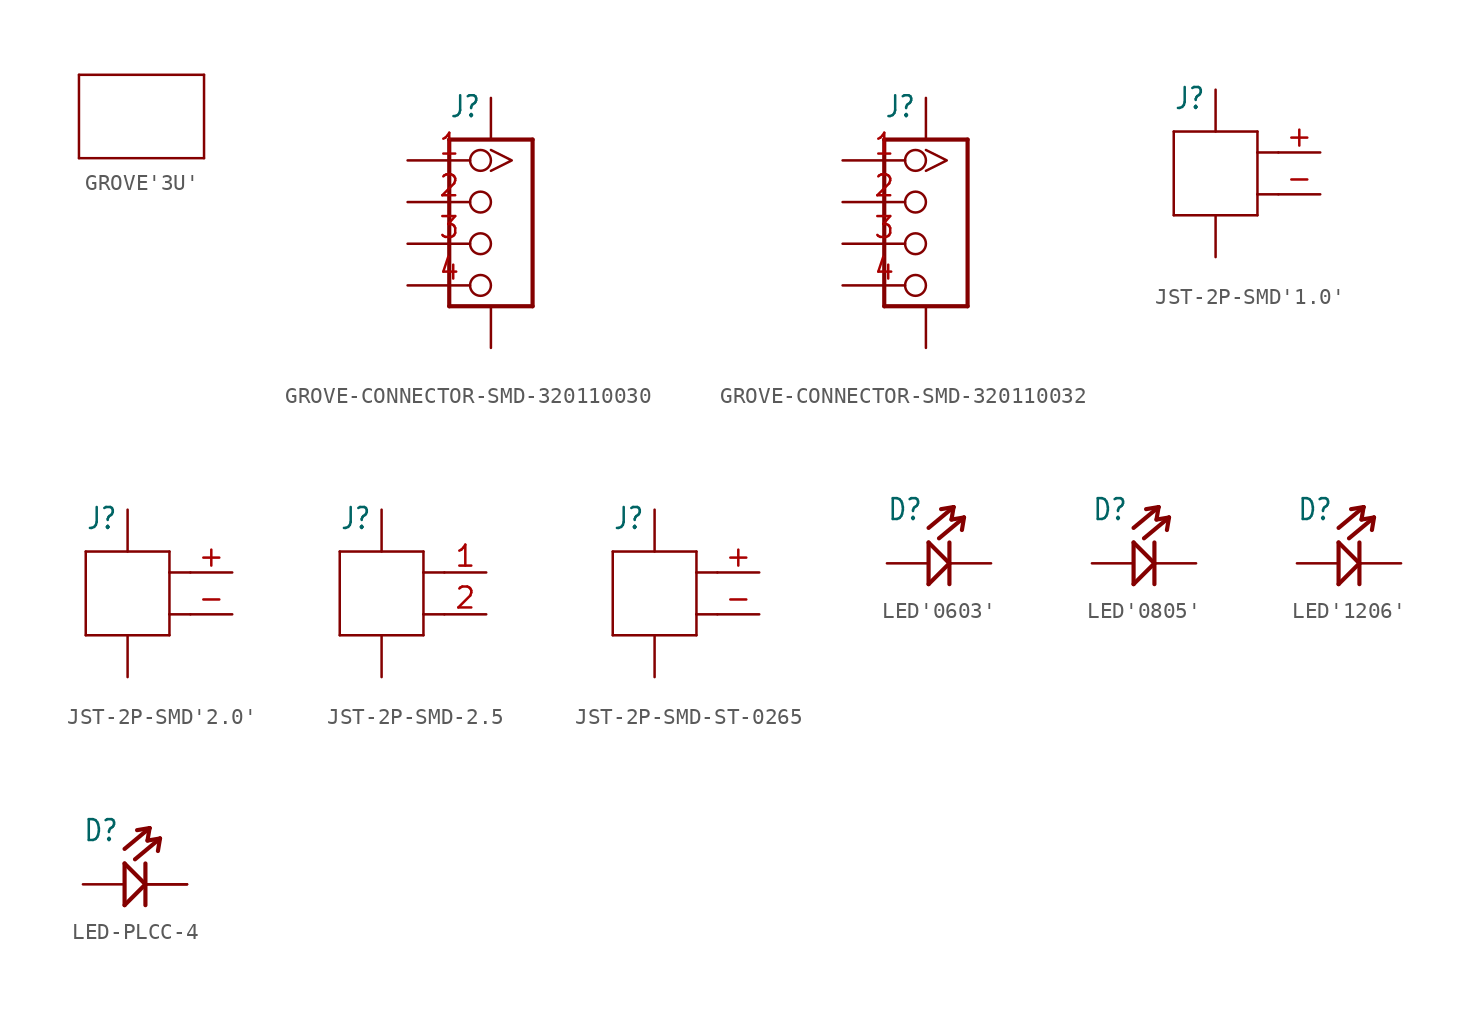
<source format=kicad_sym>
(kicad_symbol_lib
  (version 20220914)
  (generator kicad_symbol_editor)
  (symbol "GROVE'3U'"
    (property "Reference" "U"
      (at -6.35 3.81 0)
      (effects (font (size 1.27 1.079)) (justify left bottom) hide))
    (property "ki_locked" ""
      (at 0 0 0)
      (effects (font (size 1.27 1.27))))
    (symbol "GROVE'3U'_1_0"
      (polyline (pts (xy -3.81 -2.54) (xy -3.81 2.54)) (stroke (width 0.152) (type solid)) (fill (type none)))
      (polyline (pts (xy -3.81 2.54) (xy 3.81 2.54)) (stroke (width 0.152) (type solid)) (fill (type none)))
      (polyline (pts (xy 3.81 -2.54) (xy -3.81 -2.54)) (stroke (width 0.152) (type solid)) (fill (type none)))
      (polyline (pts (xy 3.81 2.54) (xy 3.81 -2.54)) (stroke (width 0.152) (type solid)) (fill (type none)))))
  (symbol "GROVE-CONNECTOR-SMD-320110030"
    (property "Reference" "J"
      (at -2.54 6.35 0)
      (effects (font (size 1.27 1.079)) (justify left bottom)))
    (property "Value" ""
      (at -2.54 5.08 0)
      (effects (font (size 1.27 1.079)) (justify left bottom)))
    (property "ki_locked" ""
      (at 0 0 0)
      (effects (font (size 1.27 1.27))))
    (symbol "GROVE-CONNECTOR-SMD-320110030_1_0"
      (polyline (pts (xy -2.54 -5.08) (xy -2.54 5.08)) (stroke (width 0.254) (type solid)) (fill (type none)))
      (polyline (pts (xy -2.54 5.08) (xy 2.54 5.08)) (stroke (width 0.254) (type solid)) (fill (type none)))
      (polyline (pts (xy 2.54 -5.08) (xy -2.54 -5.08)) (stroke (width 0.254) (type solid)) (fill (type none)))
      (polyline (pts (xy 2.54 5.08) (xy 2.54 -5.08)) (stroke (width 0.254) (type solid)) (fill (type none)))
      (pin bidirectional inverted_clock (at -5.08 3.81 0) (length 5.08) (name "1" (effects (font (size 0 0)))) (number "1" (effects (font (size 1.27 1.27)))))
      (pin bidirectional inverted (at -5.08 1.27 0) (length 5.08) (name "2" (effects (font (size 0 0)))) (number "2" (effects (font (size 1.27 1.27)))))
      (pin bidirectional inverted (at -5.08 -1.27 0) (length 5.08) (name "3" (effects (font (size 0 0)))) (number "3" (effects (font (size 1.27 1.27)))))
      (pin bidirectional inverted (at -5.08 -3.81 0) (length 5.08) (name "4" (effects (font (size 0 0)))) (number "4" (effects (font (size 1.27 1.27)))))
      (pin bidirectional line (at 0 7.62 270) (length 2.54) (name "SS1" (effects (font (size 0 0)))) (number "SS1" (effects (font (size 0 0)))))
      (pin bidirectional line (at 0 -7.62 90) (length 2.54) (name "SS2" (effects (font (size 0 0)))) (number "SS2" (effects (font (size 0 0)))))))
  (symbol "GROVE-CONNECTOR-SMD-320110032"
    (property "Reference" "J"
      (at -2.54 6.35 0)
      (effects (font (size 1.27 1.079)) (justify left bottom)))
    (property "Value" ""
      (at -2.54 5.08 0)
      (effects (font (size 1.27 1.079)) (justify left bottom)))
    (property "ki_locked" ""
      (at 0 0 0)
      (effects (font (size 1.27 1.27))))
    (symbol "GROVE-CONNECTOR-SMD-320110032_1_0"
      (polyline (pts (xy -2.54 -5.08) (xy -2.54 5.08)) (stroke (width 0.254) (type solid)) (fill (type none)))
      (polyline (pts (xy -2.54 5.08) (xy 2.54 5.08)) (stroke (width 0.254) (type solid)) (fill (type none)))
      (polyline (pts (xy 2.54 -5.08) (xy -2.54 -5.08)) (stroke (width 0.254) (type solid)) (fill (type none)))
      (polyline (pts (xy 2.54 5.08) (xy 2.54 -5.08)) (stroke (width 0.254) (type solid)) (fill (type none)))
      (pin bidirectional inverted_clock (at -5.08 3.81 0) (length 5.08) (name "1" (effects (font (size 0 0)))) (number "1" (effects (font (size 1.27 1.27)))))
      (pin bidirectional inverted (at -5.08 1.27 0) (length 5.08) (name "2" (effects (font (size 0 0)))) (number "2" (effects (font (size 1.27 1.27)))))
      (pin bidirectional inverted (at -5.08 -1.27 0) (length 5.08) (name "3" (effects (font (size 0 0)))) (number "3" (effects (font (size 1.27 1.27)))))
      (pin bidirectional inverted (at -5.08 -3.81 0) (length 5.08) (name "4" (effects (font (size 0 0)))) (number "4" (effects (font (size 1.27 1.27)))))
      (pin bidirectional line (at 0 7.62 270) (length 2.54) (name "SS1" (effects (font (size 0 0)))) (number "SS1" (effects (font (size 0 0)))))
      (pin bidirectional line (at 0 -7.62 90) (length 2.54) (name "SS2" (effects (font (size 0 0)))) (number "SS2" (effects (font (size 0 0)))))))
  (symbol "JST-2P-SMD'1.0'"
    (property "Reference" "J"
      (at -2.54 3.81 0)
      (effects (font (size 1.27 1.079)) (justify left bottom)))
    (property "Value" ""
      (at -2.54 2.54 0)
      (effects (font (size 1.27 1.079)) (justify left bottom)))
    (property "ki_locked" ""
      (at 0 0 0)
      (effects (font (size 1.27 1.27))))
    (symbol "JST-2P-SMD'1.0'_1_0"
      (polyline (pts (xy -2.54 -2.54) (xy -2.54 2.54)) (stroke (width 0.152) (type solid)) (fill (type none)))
      (polyline (pts (xy -2.54 2.54) (xy 2.54 2.54)) (stroke (width 0.152) (type solid)) (fill (type none)))
      (polyline (pts (xy 2.54 -2.54) (xy -2.54 -2.54)) (stroke (width 0.152) (type solid)) (fill (type none)))
      (polyline (pts (xy 2.54 -1.27) (xy 2.54 -2.54)) (stroke (width 0.152) (type solid)) (fill (type none)))
      (polyline (pts (xy 2.54 1.27) (xy 2.54 -1.27)) (stroke (width 0.152) (type solid)) (fill (type none)))
      (polyline (pts (xy 2.54 2.54) (xy 2.54 1.27)) (stroke (width 0.152) (type solid)) (fill (type none)))
      (polyline (pts (xy 3.81 -1.27) (xy 2.54 -1.27)) (stroke (width 0.152) (type solid)) (fill (type none)))
      (polyline (pts (xy 3.81 1.27) (xy 2.54 1.27)) (stroke (width 0.152) (type solid)) (fill (type none)))
      (pin bidirectional line (at 6.35 1.27 180) (length 2.54) (name "1" (effects (font (size 0 0)))) (number "+" (effects (font (size 1.27 1.27)))))
      (pin bidirectional line (at 6.35 -1.27 180) (length 2.54) (name "2" (effects (font (size 0 0)))) (number "-" (effects (font (size 1.27 1.27)))))
      (pin bidirectional line (at 0 -5.08 90) (length 2.54) (name "3" (effects (font (size 0 0)))) (number "3" (effects (font (size 0 0)))))
      (pin bidirectional line (at 0 5.08 270) (length 2.54) (name "4" (effects (font (size 0 0)))) (number "4" (effects (font (size 0 0)))))))
  (symbol "JST-2P-SMD'2.0'"
    (property "Reference" "J"
      (at -2.54 3.81 0)
      (effects (font (size 1.27 1.079)) (justify left bottom)))
    (property "Value" ""
      (at -2.54 2.54 0)
      (effects (font (size 1.27 1.079)) (justify left bottom)))
    (property "ki_locked" ""
      (at 0 0 0)
      (effects (font (size 1.27 1.27))))
    (symbol "JST-2P-SMD'2.0'_1_0"
      (polyline (pts (xy -2.54 -2.54) (xy -2.54 2.54)) (stroke (width 0.152) (type solid)) (fill (type none)))
      (polyline (pts (xy -2.54 2.54) (xy 2.54 2.54)) (stroke (width 0.152) (type solid)) (fill (type none)))
      (polyline (pts (xy 2.54 -2.54) (xy -2.54 -2.54)) (stroke (width 0.152) (type solid)) (fill (type none)))
      (polyline (pts (xy 2.54 -1.27) (xy 2.54 -2.54)) (stroke (width 0.152) (type solid)) (fill (type none)))
      (polyline (pts (xy 2.54 1.27) (xy 2.54 -1.27)) (stroke (width 0.152) (type solid)) (fill (type none)))
      (polyline (pts (xy 2.54 2.54) (xy 2.54 1.27)) (stroke (width 0.152) (type solid)) (fill (type none)))
      (polyline (pts (xy 3.81 -1.27) (xy 2.54 -1.27)) (stroke (width 0.152) (type solid)) (fill (type none)))
      (polyline (pts (xy 3.81 1.27) (xy 2.54 1.27)) (stroke (width 0.152) (type solid)) (fill (type none)))
      (pin bidirectional line (at 6.35 1.27 180) (length 2.54) (name "1" (effects (font (size 0 0)))) (number "+" (effects (font (size 1.27 1.27)))))
      (pin bidirectional line (at 6.35 -1.27 180) (length 2.54) (name "2" (effects (font (size 0 0)))) (number "-" (effects (font (size 1.27 1.27)))))
      (pin bidirectional line (at 0 -5.08 90) (length 2.54) (name "3" (effects (font (size 0 0)))) (number "3" (effects (font (size 0 0)))))
      (pin bidirectional line (at 0 5.08 270) (length 2.54) (name "4" (effects (font (size 0 0)))) (number "4" (effects (font (size 0 0)))))))
  (symbol "JST-2P-SMD-2.5"
    (property "Reference" "J"
      (at -2.54 3.81 0)
      (effects (font (size 1.27 1.079)) (justify left bottom)))
    (property "Value" ""
      (at -2.54 2.54 0)
      (effects (font (size 1.27 1.079)) (justify left bottom)))
    (property "ki_locked" ""
      (at 0 0 0)
      (effects (font (size 1.27 1.27))))
    (symbol "JST-2P-SMD-2.5_1_0"
      (polyline (pts (xy -2.54 -2.54) (xy -2.54 2.54)) (stroke (width 0.152) (type solid)) (fill (type none)))
      (polyline (pts (xy -2.54 2.54) (xy 2.54 2.54)) (stroke (width 0.152) (type solid)) (fill (type none)))
      (polyline (pts (xy 2.54 -2.54) (xy -2.54 -2.54)) (stroke (width 0.152) (type solid)) (fill (type none)))
      (polyline (pts (xy 2.54 -1.27) (xy 2.54 -2.54)) (stroke (width 0.152) (type solid)) (fill (type none)))
      (polyline (pts (xy 2.54 1.27) (xy 2.54 -1.27)) (stroke (width 0.152) (type solid)) (fill (type none)))
      (polyline (pts (xy 2.54 2.54) (xy 2.54 1.27)) (stroke (width 0.152) (type solid)) (fill (type none)))
      (polyline (pts (xy 3.81 -1.27) (xy 2.54 -1.27)) (stroke (width 0.152) (type solid)) (fill (type none)))
      (polyline (pts (xy 3.81 1.27) (xy 2.54 1.27)) (stroke (width 0.152) (type solid)) (fill (type none)))
      (pin bidirectional line (at 6.35 1.27 180) (length 2.54) (name "1" (effects (font (size 0 0)))) (number "1" (effects (font (size 1.27 1.27)))))
      (pin bidirectional line (at 6.35 -1.27 180) (length 2.54) (name "2" (effects (font (size 0 0)))) (number "2" (effects (font (size 1.27 1.27)))))
      (pin bidirectional line (at 0 -5.08 90) (length 2.54) (name "3" (effects (font (size 0 0)))) (number "3" (effects (font (size 0 0)))))
      (pin bidirectional line (at 0 5.08 270) (length 2.54) (name "4" (effects (font (size 0 0)))) (number "4" (effects (font (size 0 0)))))))
  (symbol "JST-2P-SMD-ST-0265"
    (property "Reference" "J"
      (at -2.54 3.81 0)
      (effects (font (size 1.27 1.079)) (justify left bottom)))
    (property "Value" ""
      (at -2.54 2.54 0)
      (effects (font (size 1.27 1.079)) (justify left bottom)))
    (property "ki_locked" ""
      (at 0 0 0)
      (effects (font (size 1.27 1.27))))
    (symbol "JST-2P-SMD-ST-0265_1_0"
      (polyline (pts (xy -2.54 -2.54) (xy -2.54 2.54)) (stroke (width 0.152) (type solid)) (fill (type none)))
      (polyline (pts (xy -2.54 2.54) (xy 2.54 2.54)) (stroke (width 0.152) (type solid)) (fill (type none)))
      (polyline (pts (xy 2.54 -2.54) (xy -2.54 -2.54)) (stroke (width 0.152) (type solid)) (fill (type none)))
      (polyline (pts (xy 2.54 -1.27) (xy 2.54 -2.54)) (stroke (width 0.152) (type solid)) (fill (type none)))
      (polyline (pts (xy 2.54 1.27) (xy 2.54 -1.27)) (stroke (width 0.152) (type solid)) (fill (type none)))
      (polyline (pts (xy 2.54 2.54) (xy 2.54 1.27)) (stroke (width 0.152) (type solid)) (fill (type none)))
      (polyline (pts (xy 3.81 -1.27) (xy 2.54 -1.27)) (stroke (width 0.152) (type solid)) (fill (type none)))
      (polyline (pts (xy 3.81 1.27) (xy 2.54 1.27)) (stroke (width 0.152) (type solid)) (fill (type none)))
      (pin bidirectional line (at 6.35 1.27 180) (length 2.54) (name "1" (effects (font (size 0 0)))) (number "+" (effects (font (size 1.27 1.27)))))
      (pin bidirectional line (at 6.35 -1.27 180) (length 2.54) (name "2" (effects (font (size 0 0)))) (number "-" (effects (font (size 1.27 1.27)))))
      (pin bidirectional line (at 0 -5.08 90) (length 2.54) (name "3" (effects (font (size 0 0)))) (number "3" (effects (font (size 0 0)))))
      (pin bidirectional line (at 0 5.08 270) (length 2.54) (name "4" (effects (font (size 0 0)))) (number "4" (effects (font (size 0 0)))))))
  (symbol "LED'0603'"
    (property "Reference" "D"
      (at -2.54 2.54 0)
      (effects (font (size 1.27 1.079)) (justify left bottom)))
    (property "Value" ""
      (at -2.54 1.27 0)
      (effects (font (size 1.27 1.079)) (justify left bottom)))
    (property "ki_locked" ""
      (at 0 0 0)
      (effects (font (size 1.27 1.27))))
    (symbol "LED'0603'_1_0"
      (polyline (pts (xy 0 -1.27) (xy 1.27 0)) (stroke (width 0.254) (type solid)) (fill (type none)))
      (polyline (pts (xy 0 1.27) (xy 0 -1.27)) (stroke (width 0.254) (type solid)) (fill (type none)))
      (polyline (pts (xy 0 2.159) (xy 1.524 3.429)) (stroke (width 0.254) (type solid)) (fill (type none)))
      (polyline (pts (xy 0.635 1.524) (xy 2.159 2.794)) (stroke (width 0.254) (type solid)) (fill (type none)))
      (polyline (pts (xy 1.27 0) (xy 0 1.27)) (stroke (width 0.254) (type solid)) (fill (type none)))
      (polyline (pts (xy 1.27 0) (xy 1.27 -1.27)) (stroke (width 0.254) (type solid)) (fill (type none)))
      (polyline (pts (xy 1.27 1.27) (xy 1.27 0)) (stroke (width 0.254) (type solid)) (fill (type none)))
      (polyline (pts (xy 1.524 3.429) (xy 0.762 3.302)) (stroke (width 0.254) (type solid)) (fill (type none)))
      (polyline (pts (xy 1.524 3.429) (xy 1.397 2.667)) (stroke (width 0.254) (type solid)) (fill (type none)))
      (polyline (pts (xy 2.159 2.794) (xy 1.397 2.667)) (stroke (width 0.254) (type solid)) (fill (type none)))
      (polyline (pts (xy 2.159 2.794) (xy 2.032 2.032)) (stroke (width 0.254) (type solid)) (fill (type none)))
      (pin passive line (at -2.54 0 0) (length 2.54) (name "+" (effects (font (size 0 0)))) (number "+" (effects (font (size 0 0)))))
      (pin passive line (at 3.81 0 180) (length 2.54) (name "-" (effects (font (size 0 0)))) (number "-" (effects (font (size 0 0)))))))
  (symbol "LED'0805'"
    (property "Reference" "D"
      (at -2.54 2.54 0)
      (effects (font (size 1.27 1.079)) (justify left bottom)))
    (property "Value" ""
      (at -2.54 1.27 0)
      (effects (font (size 1.27 1.079)) (justify left bottom)))
    (property "ki_locked" ""
      (at 0 0 0)
      (effects (font (size 1.27 1.27))))
    (symbol "LED'0805'_1_0"
      (polyline (pts (xy 0 -1.27) (xy 1.27 0)) (stroke (width 0.254) (type solid)) (fill (type none)))
      (polyline (pts (xy 0 1.27) (xy 0 -1.27)) (stroke (width 0.254) (type solid)) (fill (type none)))
      (polyline (pts (xy 0 2.159) (xy 1.524 3.429)) (stroke (width 0.254) (type solid)) (fill (type none)))
      (polyline (pts (xy 0.635 1.524) (xy 2.159 2.794)) (stroke (width 0.254) (type solid)) (fill (type none)))
      (polyline (pts (xy 1.27 0) (xy 0 1.27)) (stroke (width 0.254) (type solid)) (fill (type none)))
      (polyline (pts (xy 1.27 0) (xy 1.27 -1.27)) (stroke (width 0.254) (type solid)) (fill (type none)))
      (polyline (pts (xy 1.27 1.27) (xy 1.27 0)) (stroke (width 0.254) (type solid)) (fill (type none)))
      (polyline (pts (xy 1.524 3.429) (xy 0.762 3.302)) (stroke (width 0.254) (type solid)) (fill (type none)))
      (polyline (pts (xy 1.524 3.429) (xy 1.397 2.667)) (stroke (width 0.254) (type solid)) (fill (type none)))
      (polyline (pts (xy 2.159 2.794) (xy 1.397 2.667)) (stroke (width 0.254) (type solid)) (fill (type none)))
      (polyline (pts (xy 2.159 2.794) (xy 2.032 2.032)) (stroke (width 0.254) (type solid)) (fill (type none)))
      (pin passive line (at -2.54 0 0) (length 2.54) (name "+" (effects (font (size 0 0)))) (number "+" (effects (font (size 0 0)))))
      (pin passive line (at 3.81 0 180) (length 2.54) (name "-" (effects (font (size 0 0)))) (number "-" (effects (font (size 0 0)))))))
  (symbol "LED'1206'"
    (property "Reference" "D"
      (at -2.54 2.54 0)
      (effects (font (size 1.27 1.079)) (justify left bottom)))
    (property "Value" ""
      (at -2.54 1.27 0)
      (effects (font (size 1.27 1.079)) (justify left bottom)))
    (property "ki_locked" ""
      (at 0 0 0)
      (effects (font (size 1.27 1.27))))
    (symbol "LED'1206'_1_0"
      (polyline (pts (xy 0 -1.27) (xy 1.27 0)) (stroke (width 0.254) (type solid)) (fill (type none)))
      (polyline (pts (xy 0 1.27) (xy 0 -1.27)) (stroke (width 0.254) (type solid)) (fill (type none)))
      (polyline (pts (xy 0 2.159) (xy 1.524 3.429)) (stroke (width 0.254) (type solid)) (fill (type none)))
      (polyline (pts (xy 0.635 1.524) (xy 2.159 2.794)) (stroke (width 0.254) (type solid)) (fill (type none)))
      (polyline (pts (xy 1.27 0) (xy 0 1.27)) (stroke (width 0.254) (type solid)) (fill (type none)))
      (polyline (pts (xy 1.27 0) (xy 1.27 -1.27)) (stroke (width 0.254) (type solid)) (fill (type none)))
      (polyline (pts (xy 1.27 1.27) (xy 1.27 0)) (stroke (width 0.254) (type solid)) (fill (type none)))
      (polyline (pts (xy 1.524 3.429) (xy 0.762 3.302)) (stroke (width 0.254) (type solid)) (fill (type none)))
      (polyline (pts (xy 1.524 3.429) (xy 1.397 2.667)) (stroke (width 0.254) (type solid)) (fill (type none)))
      (polyline (pts (xy 2.159 2.794) (xy 1.397 2.667)) (stroke (width 0.254) (type solid)) (fill (type none)))
      (polyline (pts (xy 2.159 2.794) (xy 2.032 2.032)) (stroke (width 0.254) (type solid)) (fill (type none)))
      (pin passive line (at -2.54 0 0) (length 2.54) (name "+" (effects (font (size 0 0)))) (number "+" (effects (font (size 0 0)))))
      (pin passive line (at 3.81 0 180) (length 2.54) (name "-" (effects (font (size 0 0)))) (number "-" (effects (font (size 0 0)))))))
  (symbol "LED-PLCC-4"
    (property "Reference" "D"
      (at -2.54 2.54 0)
      (effects (font (size 1.27 1.079)) (justify left bottom)))
    (property "Value" ""
      (at -2.54 1.27 0)
      (effects (font (size 1.27 1.079)) (justify left bottom)))
    (property "ki_locked" ""
      (at 0 0 0)
      (effects (font (size 1.27 1.27))))
    (symbol "LED-PLCC-4_1_0"
      (polyline (pts (xy 0 -1.27) (xy 1.27 0)) (stroke (width 0.254) (type solid)) (fill (type none)))
      (polyline (pts (xy 0 1.27) (xy 0 -1.27)) (stroke (width 0.254) (type solid)) (fill (type none)))
      (polyline (pts (xy 0 2.159) (xy 1.524 3.429)) (stroke (width 0.254) (type solid)) (fill (type none)))
      (polyline (pts (xy 0.635 1.524) (xy 2.159 2.794)) (stroke (width 0.254) (type solid)) (fill (type none)))
      (polyline (pts (xy 1.27 0) (xy 0 1.27)) (stroke (width 0.254) (type solid)) (fill (type none)))
      (polyline (pts (xy 1.27 0) (xy 1.27 -1.27)) (stroke (width 0.254) (type solid)) (fill (type none)))
      (polyline (pts (xy 1.27 1.27) (xy 1.27 0)) (stroke (width 0.254) (type solid)) (fill (type none)))
      (polyline (pts (xy 1.524 3.429) (xy 0.762 3.302)) (stroke (width 0.254) (type solid)) (fill (type none)))
      (polyline (pts (xy 1.524 3.429) (xy 1.397 2.667)) (stroke (width 0.254) (type solid)) (fill (type none)))
      (polyline (pts (xy 2.159 2.794) (xy 1.397 2.667)) (stroke (width 0.254) (type solid)) (fill (type none)))
      (polyline (pts (xy 2.159 2.794) (xy 2.032 2.032)) (stroke (width 0.254) (type solid)) (fill (type none)))
      (pin passive line (at 3.81 0 180) (length 2.54) (name "-" (effects (font (size 0 0)))) (number "1-1" (effects (font (size 0 0)))))
      (pin passive line (at 3.81 0 180) (length 2.54) (name "-" (effects (font (size 0 0)))) (number "1-2" (effects (font (size 0 0)))))
      (pin passive line (at -2.54 0 0) (length 2.54) (name "+" (effects (font (size 0 0)))) (number "2" (effects (font (size 0 0))))))))
</source>
